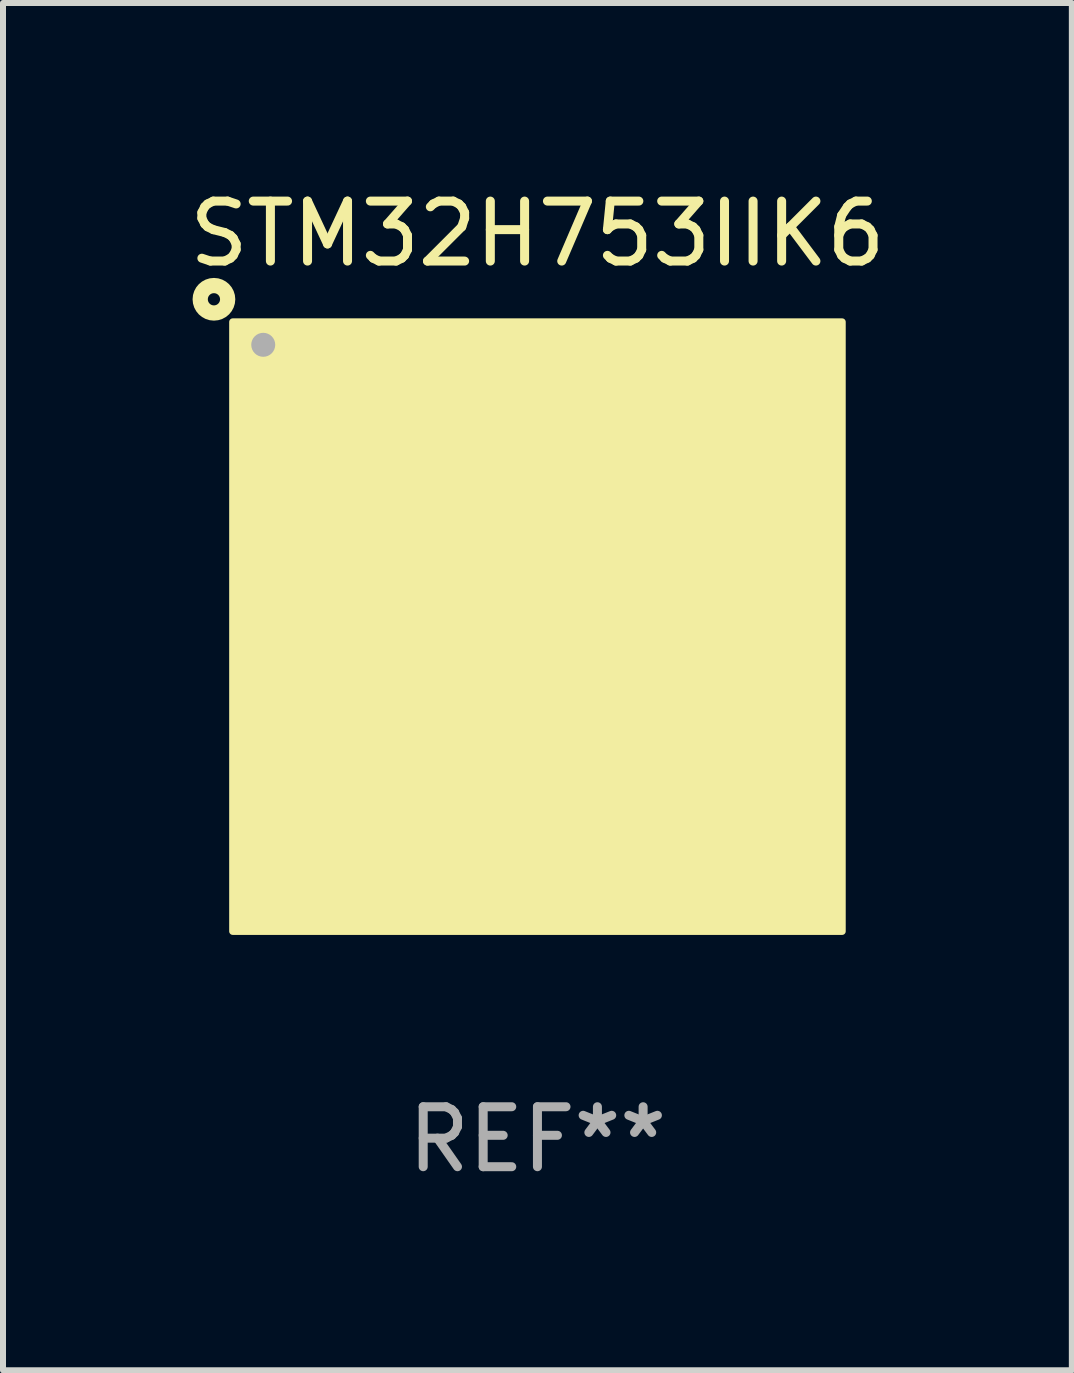
<source format=kicad_pcb>
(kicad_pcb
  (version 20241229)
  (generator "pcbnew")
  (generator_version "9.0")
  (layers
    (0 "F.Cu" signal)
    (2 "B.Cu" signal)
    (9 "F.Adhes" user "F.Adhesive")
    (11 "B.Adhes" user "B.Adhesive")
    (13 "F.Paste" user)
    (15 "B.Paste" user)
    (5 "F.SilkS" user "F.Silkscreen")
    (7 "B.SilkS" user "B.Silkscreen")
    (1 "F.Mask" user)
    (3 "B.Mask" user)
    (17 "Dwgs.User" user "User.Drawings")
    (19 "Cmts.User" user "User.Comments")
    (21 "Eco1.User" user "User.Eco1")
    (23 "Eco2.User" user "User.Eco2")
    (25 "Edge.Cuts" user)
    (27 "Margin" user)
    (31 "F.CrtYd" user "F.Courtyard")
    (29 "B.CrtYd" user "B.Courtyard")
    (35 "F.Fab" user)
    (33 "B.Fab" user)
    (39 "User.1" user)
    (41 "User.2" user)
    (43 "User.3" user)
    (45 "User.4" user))
  (footprint "STM32H753IIK6"
    (layer "F.Cu")
    (at 5.911 7.398)
    (property "Reference" "STM32H753IIK6" (at 0 -6.55 0) (layer "F.SilkS") (effects (font (size 1 1) (thickness 0.15))))
    (attr through_hole)
    (fp_circle (center -5.394 -5.458) (end -5.292 -5.458) (stroke (width 0.254) (type solid)) (fill no) (layer "F.SilkS"))
    (fp_circle (center -5 -5) (end -4.97 -5) (stroke (width 0.06) (type solid)) (fill no) (layer "F.SilkS"))
    (fp_poly (pts (xy -5.08 -5.08) (xy 5.08 -5.08) (xy 5.08 5.08) (xy -5.08 5.08)) (stroke (width 0.12) (type solid)) (fill yes) (layer "F.SilkS"))
    (fp_circle (center -4.572 -4.699) (end -4.472 -4.699) (stroke (width 0.2) (type solid)) (fill no) (layer "F.Fab"))
    (fp_text user "REF**" (at 0 8.55 0) (layer "F.Fab") (effects (font (size 1 1) (thickness 0.15))))
    (pad "A1" smd circle (at -4.55 -4.55) (size 0.3 0.3) (layers "F.Cu" "F.Mask" "F.Paste"))
    (pad "A2" smd circle (at -3.9 -4.55) (size 0.3 0.3) (layers "F.Cu" "F.Mask" "F.Paste"))
    (pad "A3" smd circle (at -3.25 -4.55) (size 0.3 0.3) (layers "F.Cu" "F.Mask" "F.Paste"))
    (pad "A4" smd circle (at -2.6 -4.55) (size 0.3 0.3) (layers "F.Cu" "F.Mask" "F.Paste"))
    (pad "A5" smd circle (at -1.95 -4.55) (size 0.3 0.3) (layers "F.Cu" "F.Mask" "F.Paste"))
    (pad "A6" smd circle (at -1.3 -4.55) (size 0.3 0.3) (layers "F.Cu" "F.Mask" "F.Paste"))
    (pad "A7" smd circle (at -0.65 -4.55) (size 0.3 0.3) (layers "F.Cu" "F.Mask" "F.Paste"))
    (pad "A8" smd circle (at -0.000127 -4.55) (size 0.3 0.3) (layers "F.Cu" "F.Mask" "F.Paste"))
    (pad "A9" smd circle (at 0.65 -4.55) (size 0.3 0.3) (layers "F.Cu" "F.Mask" "F.Paste"))
    (pad "A10" smd circle (at 1.3 -4.55) (size 0.3 0.3) (layers "F.Cu" "F.Mask" "F.Paste"))
    (pad "A11" smd circle (at 1.95 -4.55) (size 0.3 0.3) (layers "F.Cu" "F.Mask" "F.Paste"))
    (pad "A12" smd circle (at 2.6 -4.55) (size 0.3 0.3) (layers "F.Cu" "F.Mask" "F.Paste"))
    (pad "A13" smd circle (at 3.25 -4.55) (size 0.3 0.3) (layers "F.Cu" "F.Mask" "F.Paste"))
    (pad "A14" smd circle (at 3.9 -4.55) (size 0.3 0.3) (layers "F.Cu" "F.Mask" "F.Paste"))
    (pad "A15" smd circle (at 4.55 -4.55) (size 0.3 0.3) (layers "F.Cu" "F.Mask" "F.Paste"))
    (pad "B1" smd circle (at -4.55 -3.9) (size 0.3 0.3) (layers "F.Cu" "F.Mask" "F.Paste"))
    (pad "B2" smd circle (at -3.9 -3.9) (size 0.3 0.3) (layers "F.Cu" "F.Mask" "F.Paste"))
    (pad "B3" smd circle (at -3.25 -3.9) (size 0.3 0.3) (layers "F.Cu" "F.Mask" "F.Paste"))
    (pad "B4" smd circle (at -2.6 -3.9) (size 0.3 0.3) (layers "F.Cu" "F.Mask" "F.Paste"))
    (pad "B5" smd circle (at -1.95 -3.9) (size 0.3 0.3) (layers "F.Cu" "F.Mask" "F.Paste"))
    (pad "B6" smd circle (at -1.3 -3.9) (size 0.3 0.3) (layers "F.Cu" "F.Mask" "F.Paste"))
    (pad "B7" smd circle (at -0.65 -3.9) (size 0.3 0.3) (layers "F.Cu" "F.Mask" "F.Paste"))
    (pad "B8" smd circle (at 0.000127 -3.9) (size 0.3 0.3) (layers "F.Cu" "F.Mask" "F.Paste"))
    (pad "B9" smd circle (at 0.65 -3.9) (size 0.3 0.3) (layers "F.Cu" "F.Mask" "F.Paste"))
    (pad "B10" smd circle (at 1.3 -3.9) (size 0.3 0.3) (layers "F.Cu" "F.Mask" "F.Paste"))
    (pad "B11" smd circle (at 1.95 -3.9) (size 0.3 0.3) (layers "F.Cu" "F.Mask" "F.Paste"))
    (pad "B12" smd circle (at 2.6 -3.9) (size 0.3 0.3) (layers "F.Cu" "F.Mask" "F.Paste"))
    (pad "B13" smd circle (at 3.25 -3.9) (size 0.3 0.3) (layers "F.Cu" "F.Mask" "F.Paste"))
    (pad "B14" smd circle (at 3.9 -3.9) (size 0.3 0.3) (layers "F.Cu" "F.Mask" "F.Paste"))
    (pad "B15" smd circle (at 4.55 -3.9) (size 0.3 0.3) (layers "F.Cu" "F.Mask" "F.Paste"))
    (pad "C1" smd circle (at -4.55 -3.25) (size 0.3 0.3) (layers "F.Cu" "F.Mask" "F.Paste"))
    (pad "C2" smd circle (at -3.9 -3.25) (size 0.3 0.3) (layers "F.Cu" "F.Mask" "F.Paste"))
    (pad "C3" smd circle (at -3.25 -3.25) (size 0.3 0.3) (layers "F.Cu" "F.Mask" "F.Paste"))
    (pad "C4" smd circle (at -2.6 -3.25) (size 0.3 0.3) (layers "F.Cu" "F.Mask" "F.Paste"))
    (pad "C5" smd circle (at -1.95 -3.25) (size 0.3 0.3) (layers "F.Cu" "F.Mask" "F.Paste"))
    (pad "C6" smd circle (at -1.3 -3.25) (size 0.3 0.3) (layers "F.Cu" "F.Mask" "F.Paste"))
    (pad "C7" smd circle (at -0.65 -3.25) (size 0.3 0.3) (layers "F.Cu" "F.Mask" "F.Paste"))
    (pad "C8" smd circle (at 0.000127 -3.25) (size 0.3 0.3) (layers "F.Cu" "F.Mask" "F.Paste"))
    (pad "C9" smd circle (at 0.65 -3.25) (size 0.3 0.3) (layers "F.Cu" "F.Mask" "F.Paste"))
    (pad "C10" smd circle (at 1.3 -3.25) (size 0.3 0.3) (layers "F.Cu" "F.Mask" "F.Paste"))
    (pad "C11" smd circle (at 1.95 -3.25) (size 0.3 0.3) (layers "F.Cu" "F.Mask" "F.Paste"))
    (pad "C12" smd circle (at 2.6 -3.25) (size 0.3 0.3) (layers "F.Cu" "F.Mask" "F.Paste"))
    (pad "C13" smd circle (at 3.25 -3.25) (size 0.3 0.3) (layers "F.Cu" "F.Mask" "F.Paste"))
    (pad "C14" smd circle (at 3.9 -3.25) (size 0.3 0.3) (layers "F.Cu" "F.Mask" "F.Paste"))
    (pad "C15" smd circle (at 4.55 -3.25) (size 0.3 0.3) (layers "F.Cu" "F.Mask" "F.Paste"))
    (pad "D1" smd circle (at -4.55 -2.6) (size 0.3 0.3) (layers "F.Cu" "F.Mask" "F.Paste"))
    (pad "D2" smd circle (at -3.9 -2.6) (size 0.3 0.3) (layers "F.Cu" "F.Mask" "F.Paste"))
    (pad "D3" smd circle (at -3.25 -2.6) (size 0.3 0.3) (layers "F.Cu" "F.Mask" "F.Paste"))
    (pad "D4" smd circle (at -2.6 -2.6) (size 0.3 0.3) (layers "F.Cu" "F.Mask" "F.Paste"))
    (pad "D5" smd circle (at -1.95 -2.6) (size 0.3 0.3) (layers "F.Cu" "F.Mask" "F.Paste"))
    (pad "D6" smd circle (at -1.3 -2.6) (size 0.3 0.3) (layers "F.Cu" "F.Mask" "F.Paste"))
    (pad "D7" smd circle (at -0.65 -2.6) (size 0.3 0.3) (layers "F.Cu" "F.Mask" "F.Paste"))
    (pad "D8" smd circle (at -0.000127 -2.6) (size 0.3 0.3) (layers "F.Cu" "F.Mask" "F.Paste"))
    (pad "D9" smd circle (at 0.65 -2.6) (size 0.3 0.3) (layers "F.Cu" "F.Mask" "F.Paste"))
    (pad "D10" smd circle (at 1.3 -2.6) (size 0.3 0.3) (layers "F.Cu" "F.Mask" "F.Paste"))
    (pad "D11" smd circle (at 1.95 -2.6) (size 0.3 0.3) (layers "F.Cu" "F.Mask" "F.Paste"))
    (pad "D12" smd circle (at 2.6 -2.6) (size 0.3 0.3) (layers "F.Cu" "F.Mask" "F.Paste"))
    (pad "D13" smd circle (at 3.25 -2.6) (size 0.3 0.3) (layers "F.Cu" "F.Mask" "F.Paste"))
    (pad "D14" smd circle (at 3.9 -2.6) (size 0.3 0.3) (layers "F.Cu" "F.Mask" "F.Paste"))
    (pad "D15" smd circle (at 4.55 -2.6) (size 0.3 0.3) (layers "F.Cu" "F.Mask" "F.Paste"))
    (pad "E1" smd circle (at -4.55 -1.95) (size 0.3 0.3) (layers "F.Cu" "F.Mask" "F.Paste"))
    (pad "E2" smd circle (at -3.9 -1.95) (size 0.3 0.3) (layers "F.Cu" "F.Mask" "F.Paste"))
    (pad "E3" smd circle (at -3.25 -1.95) (size 0.3 0.3) (layers "F.Cu" "F.Mask" "F.Paste"))
    (pad "E4" smd circle (at -2.6 -1.95) (size 0.3 0.3) (layers "F.Cu" "F.Mask" "F.Paste"))
    (pad "E12" smd circle (at 2.6 -1.95) (size 0.3 0.3) (layers "F.Cu" "F.Mask" "F.Paste"))
    (pad "E13" smd circle (at 3.25 -1.95) (size 0.3 0.3) (layers "F.Cu" "F.Mask" "F.Paste"))
    (pad "E14" smd circle (at 3.9 -1.95) (size 0.3 0.3) (layers "F.Cu" "F.Mask" "F.Paste"))
    (pad "E15" smd circle (at 4.55 -1.95) (size 0.3 0.3) (layers "F.Cu" "F.Mask" "F.Paste"))
    (pad "F1" smd circle (at -4.55 -1.3) (size 0.3 0.3) (layers "F.Cu" "F.Mask" "F.Paste"))
    (pad "F2" smd circle (at -3.9 -1.3) (size 0.3 0.3) (layers "F.Cu" "F.Mask" "F.Paste"))
    (pad "F3" smd circle (at -3.25 -1.3) (size 0.3 0.3) (layers "F.Cu" "F.Mask" "F.Paste"))
    (pad "F4" smd circle (at -2.6 -1.3) (size 0.3 0.3) (layers "F.Cu" "F.Mask" "F.Paste"))
    (pad "F6" smd circle (at -1.3 -1.3) (size 0.3 0.3) (layers "F.Cu" "F.Mask" "F.Paste"))
    (pad "F7" smd circle (at -0.65 -1.3) (size 0.3 0.3) (layers "F.Cu" "F.Mask" "F.Paste"))
    (pad "F8" smd circle (at 0.000127 -1.3) (size 0.3 0.3) (layers "F.Cu" "F.Mask" "F.Paste"))
    (pad "F9" smd circle (at 0.65 -1.3) (size 0.3 0.3) (layers "F.Cu" "F.Mask" "F.Paste"))
    (pad "F10" smd circle (at 1.3 -1.3) (size 0.3 0.3) (layers "F.Cu" "F.Mask" "F.Paste"))
    (pad "F12" smd circle (at 2.6 -1.3) (size 0.3 0.3) (layers "F.Cu" "F.Mask" "F.Paste"))
    (pad "F13" smd circle (at 3.25 -1.3) (size 0.3 0.3) (layers "F.Cu" "F.Mask" "F.Paste"))
    (pad "F14" smd circle (at 3.9 -1.3) (size 0.3 0.3) (layers "F.Cu" "F.Mask" "F.Paste"))
    (pad "F15" smd circle (at 4.55 -1.3) (size 0.3 0.3) (layers "F.Cu" "F.Mask" "F.Paste"))
    (pad "G1" smd circle (at -4.55 -0.65) (size 0.3 0.3) (layers "F.Cu" "F.Mask" "F.Paste"))
    (pad "G2" smd circle (at -3.9 -0.65) (size 0.3 0.3) (layers "F.Cu" "F.Mask" "F.Paste"))
    (pad "G3" smd circle (at -3.25 -0.65) (size 0.3 0.3) (layers "F.Cu" "F.Mask" "F.Paste"))
    (pad "G4" smd circle (at -2.6 -0.65) (size 0.3 0.3) (layers "F.Cu" "F.Mask" "F.Paste"))
    (pad "G6" smd circle (at -1.3 -0.65) (size 0.3 0.3) (layers "F.Cu" "F.Mask" "F.Paste"))
    (pad "G7" smd circle (at -0.65 -0.65) (size 0.3 0.3) (layers "F.Cu" "F.Mask" "F.Paste"))
    (pad "G8" smd circle (at -0.000127 -0.65) (size 0.3 0.3) (layers "F.Cu" "F.Mask" "F.Paste"))
    (pad "G9" smd circle (at 0.65 -0.65) (size 0.3 0.3) (layers "F.Cu" "F.Mask" "F.Paste"))
    (pad "G10" smd circle (at 1.3 -0.65) (size 0.3 0.3) (layers "F.Cu" "F.Mask" "F.Paste"))
    (pad "G12" smd circle (at 2.6 -0.65) (size 0.3 0.3) (layers "F.Cu" "F.Mask" "F.Paste"))
    (pad "G13" smd circle (at 3.25 -0.65) (size 0.3 0.3) (layers "F.Cu" "F.Mask" "F.Paste"))
    (pad "G14" smd circle (at 3.9 -0.65) (size 0.3 0.3) (layers "F.Cu" "F.Mask" "F.Paste"))
    (pad "G15" smd circle (at 4.55 -0.65) (size 0.3 0.3) (layers "F.Cu" "F.Mask" "F.Paste"))
    (pad "H1" smd circle (at -4.55 -0.000127) (size 0.3 0.3) (layers "F.Cu" "F.Mask" "F.Paste"))
    (pad "H2" smd circle (at -3.9 -0.000127) (size 0.3 0.3) (layers "F.Cu" "F.Mask" "F.Paste"))
    (pad "H3" smd circle (at -3.25 -0.000127) (size 0.3 0.3) (layers "F.Cu" "F.Mask" "F.Paste"))
    (pad "H4" smd circle (at -2.6 -0.000127) (size 0.3 0.3) (layers "F.Cu" "F.Mask" "F.Paste"))
    (pad "H6" smd circle (at -1.3 -0.000127) (size 0.3 0.3) (layers "F.Cu" "F.Mask" "F.Paste"))
    (pad "H7" smd circle (at -0.65 -0.000127) (size 0.3 0.3) (layers "F.Cu" "F.Mask" "F.Paste"))
    (pad "H8" smd circle (at -0.000127 -0.000127) (size 0.3 0.3) (layers "F.Cu" "F.Mask" "F.Paste"))
    (pad "H9" smd circle (at 0.65 -0.000127) (size 0.3 0.3) (layers "F.Cu" "F.Mask" "F.Paste"))
    (pad "H10" smd circle (at 1.3 -0.000127) (size 0.3 0.3) (layers "F.Cu" "F.Mask" "F.Paste"))
    (pad "H12" smd circle (at 2.6 -0.000127) (size 0.3 0.3) (layers "F.Cu" "F.Mask" "F.Paste"))
    (pad "H13" smd circle (at 3.25 -0.000127) (size 0.3 0.3) (layers "F.Cu" "F.Mask" "F.Paste"))
    (pad "H14" smd circle (at 3.9 -0.000127) (size 0.3 0.3) (layers "F.Cu" "F.Mask" "F.Paste"))
    (pad "H15" smd circle (at 4.55 -0.000127) (size 0.3 0.3) (layers "F.Cu" "F.Mask" "F.Paste"))
    (pad "J1" smd circle (at -4.55 0.65) (size 0.3 0.3) (layers "F.Cu" "F.Mask" "F.Paste"))
    (pad "J2" smd circle (at -3.9 0.65) (size 0.3 0.3) (layers "F.Cu" "F.Mask" "F.Paste"))
    (pad "J3" smd circle (at -3.25 0.65) (size 0.3 0.3) (layers "F.Cu" "F.Mask" "F.Paste"))
    (pad "J4" smd circle (at -2.6 0.65) (size 0.3 0.3) (layers "F.Cu" "F.Mask" "F.Paste"))
    (pad "J6" smd circle (at -1.3 0.65) (size 0.3 0.3) (layers "F.Cu" "F.Mask" "F.Paste"))
    (pad "J7" smd circle (at -0.65 0.65) (size 0.3 0.3) (layers "F.Cu" "F.Mask" "F.Paste"))
    (pad "J8" smd circle (at -0.000127 0.65) (size 0.3 0.3) (layers "F.Cu" "F.Mask" "F.Paste"))
    (pad "J9" smd circle (at 0.65 0.65) (size 0.3 0.3) (layers "F.Cu" "F.Mask" "F.Paste"))
    (pad "J10" smd circle (at 1.3 0.65) (size 0.3 0.3) (layers "F.Cu" "F.Mask" "F.Paste"))
    (pad "J12" smd circle (at 2.6 0.65) (size 0.3 0.3) (layers "F.Cu" "F.Mask" "F.Paste"))
    (pad "J13" smd circle (at 3.25 0.65) (size 0.3 0.3) (layers "F.Cu" "F.Mask" "F.Paste"))
    (pad "J14" smd circle (at 3.9 0.65) (size 0.3 0.3) (layers "F.Cu" "F.Mask" "F.Paste"))
    (pad "J15" smd circle (at 4.55 0.65) (size 0.3 0.3) (layers "F.Cu" "F.Mask" "F.Paste"))
    (pad "K1" smd circle (at -4.55 1.3) (size 0.3 0.3) (layers "F.Cu" "F.Mask" "F.Paste"))
    (pad "K2" smd circle (at -3.9 1.3) (size 0.3 0.3) (layers "F.Cu" "F.Mask" "F.Paste"))
    (pad "K3" smd circle (at -3.25 1.3) (size 0.3 0.3) (layers "F.Cu" "F.Mask" "F.Paste"))
    (pad "K4" smd circle (at -2.6 1.3) (size 0.3 0.3) (layers "F.Cu" "F.Mask" "F.Paste"))
    (pad "K6" smd circle (at -1.3 1.3) (size 0.3 0.3) (layers "F.Cu" "F.Mask" "F.Paste"))
    (pad "K7" smd circle (at -0.65 1.3) (size 0.3 0.3) (layers "F.Cu" "F.Mask" "F.Paste"))
    (pad "K8" smd circle (at 0.000127 1.3) (size 0.3 0.3) (layers "F.Cu" "F.Mask" "F.Paste"))
    (pad "K9" smd circle (at 0.65 1.3) (size 0.3 0.3) (layers "F.Cu" "F.Mask" "F.Paste"))
    (pad "K10" smd circle (at 1.3 1.3) (size 0.3 0.3) (layers "F.Cu" "F.Mask" "F.Paste"))
    (pad "K12" smd circle (at 2.6 1.3) (size 0.3 0.3) (layers "F.Cu" "F.Mask" "F.Paste"))
    (pad "K13" smd circle (at 3.25 1.3) (size 0.3 0.3) (layers "F.Cu" "F.Mask" "F.Paste"))
    (pad "K14" smd circle (at 3.9 1.3) (size 0.3 0.3) (layers "F.Cu" "F.Mask" "F.Paste"))
    (pad "K15" smd circle (at 4.55 1.3) (size 0.3 0.3) (layers "F.Cu" "F.Mask" "F.Paste"))
    (pad "L1" smd circle (at -4.55 1.95) (size 0.3 0.3) (layers "F.Cu" "F.Mask" "F.Paste"))
    (pad "L2" smd circle (at -3.9 1.95) (size 0.3 0.3) (layers "F.Cu" "F.Mask" "F.Paste"))
    (pad "L3" smd circle (at -3.25 1.95) (size 0.3 0.3) (layers "F.Cu" "F.Mask" "F.Paste"))
    (pad "L4" smd circle (at -2.6 1.95) (size 0.3 0.3) (layers "F.Cu" "F.Mask" "F.Paste"))
    (pad "L12" smd circle (at 2.6 1.95) (size 0.3 0.3) (layers "F.Cu" "F.Mask" "F.Paste"))
    (pad "L13" smd circle (at 3.25 1.95) (size 0.3 0.3) (layers "F.Cu" "F.Mask" "F.Paste"))
    (pad "L14" smd circle (at 3.9 1.95) (size 0.3 0.3) (layers "F.Cu" "F.Mask" "F.Paste"))
    (pad "L15" smd circle (at 4.55 1.95) (size 0.3 0.3) (layers "F.Cu" "F.Mask" "F.Paste"))
    (pad "M1" smd circle (at -4.55 2.6) (size 0.3 0.3) (layers "F.Cu" "F.Mask" "F.Paste"))
    (pad "M2" smd circle (at -3.9 2.6) (size 0.3 0.3) (layers "F.Cu" "F.Mask" "F.Paste"))
    (pad "M3" smd circle (at -3.25 2.6) (size 0.3 0.3) (layers "F.Cu" "F.Mask" "F.Paste"))
    (pad "M4" smd circle (at -2.6 2.6) (size 0.3 0.3) (layers "F.Cu" "F.Mask" "F.Paste"))
    (pad "M5" smd circle (at -1.95 2.6) (size 0.3 0.3) (layers "F.Cu" "F.Mask" "F.Paste"))
    (pad "M6" smd circle (at -1.3 2.6) (size 0.3 0.3) (layers "F.Cu" "F.Mask" "F.Paste"))
    (pad "M7" smd circle (at -0.65 2.6) (size 0.3 0.3) (layers "F.Cu" "F.Mask" "F.Paste"))
    (pad "M8" smd circle (at -0.000127 2.6) (size 0.3 0.3) (layers "F.Cu" "F.Mask" "F.Paste"))
    (pad "M9" smd circle (at 0.65 2.6) (size 0.3 0.3) (layers "F.Cu" "F.Mask" "F.Paste"))
    (pad "M10" smd circle (at 1.3 2.6) (size 0.3 0.3) (layers "F.Cu" "F.Mask" "F.Paste"))
    (pad "M11" smd circle (at 1.95 2.6) (size 0.3 0.3) (layers "F.Cu" "F.Mask" "F.Paste"))
    (pad "M12" smd circle (at 2.6 2.6) (size 0.3 0.3) (layers "F.Cu" "F.Mask" "F.Paste"))
    (pad "M13" smd circle (at 3.25 2.6) (size 0.3 0.3) (layers "F.Cu" "F.Mask" "F.Paste"))
    (pad "M14" smd circle (at 3.9 2.6) (size 0.3 0.3) (layers "F.Cu" "F.Mask" "F.Paste"))
    (pad "M15" smd circle (at 4.55 2.6) (size 0.3 0.3) (layers "F.Cu" "F.Mask" "F.Paste"))
    (pad "N1" smd circle (at -4.55 3.25) (size 0.3 0.3) (layers "F.Cu" "F.Mask" "F.Paste"))
    (pad "N2" smd circle (at -3.9 3.25) (size 0.3 0.3) (layers "F.Cu" "F.Mask" "F.Paste"))
    (pad "N3" smd circle (at -3.25 3.25) (size 0.3 0.3) (layers "F.Cu" "F.Mask" "F.Paste"))
    (pad "N4" smd circle (at -2.6 3.25) (size 0.3 0.3) (layers "F.Cu" "F.Mask" "F.Paste"))
    (pad "N5" smd circle (at -1.95 3.25) (size 0.3 0.3) (layers "F.Cu" "F.Mask" "F.Paste"))
    (pad "N6" smd circle (at -1.3 3.25) (size 0.3 0.3) (layers "F.Cu" "F.Mask" "F.Paste"))
    (pad "N7" smd circle (at -0.65 3.25) (size 0.3 0.3) (layers "F.Cu" "F.Mask" "F.Paste"))
    (pad "N8" smd circle (at -0.000127 3.25) (size 0.3 0.3) (layers "F.Cu" "F.Mask" "F.Paste"))
    (pad "N9" smd circle (at 0.65 3.25) (size 0.3 0.3) (layers "F.Cu" "F.Mask" "F.Paste"))
    (pad "N10" smd circle (at 1.3 3.25) (size 0.3 0.3) (layers "F.Cu" "F.Mask" "F.Paste"))
    (pad "N11" smd circle (at 1.95 3.25) (size 0.3 0.3) (layers "F.Cu" "F.Mask" "F.Paste"))
    (pad "N12" smd circle (at 2.6 3.25) (size 0.3 0.3) (layers "F.Cu" "F.Mask" "F.Paste"))
    (pad "N13" smd circle (at 3.25 3.25) (size 0.3 0.3) (layers "F.Cu" "F.Mask" "F.Paste"))
    (pad "N14" smd circle (at 3.9 3.25) (size 0.3 0.3) (layers "F.Cu" "F.Mask" "F.Paste"))
    (pad "N15" smd circle (at 4.55 3.25) (size 0.3 0.3) (layers "F.Cu" "F.Mask" "F.Paste"))
    (pad "P1" smd circle (at -4.55 3.9) (size 0.3 0.3) (layers "F.Cu" "F.Mask" "F.Paste"))
    (pad "P2" smd circle (at -3.9 3.9) (size 0.3 0.3) (layers "F.Cu" "F.Mask" "F.Paste"))
    (pad "P3" smd circle (at -3.25 3.9) (size 0.3 0.3) (layers "F.Cu" "F.Mask" "F.Paste"))
    (pad "P4" smd circle (at -2.6 3.9) (size 0.3 0.3) (layers "F.Cu" "F.Mask" "F.Paste"))
    (pad "P5" smd circle (at -1.95 3.9) (size 0.3 0.3) (layers "F.Cu" "F.Mask" "F.Paste"))
    (pad "P6" smd circle (at -1.3 3.9) (size 0.3 0.3) (layers "F.Cu" "F.Mask" "F.Paste"))
    (pad "P7" smd circle (at -0.65 3.9) (size 0.3 0.3) (layers "F.Cu" "F.Mask" "F.Paste"))
    (pad "P8" smd circle (at 0.000127 3.9) (size 0.3 0.3) (layers "F.Cu" "F.Mask" "F.Paste"))
    (pad "P9" smd circle (at 0.65 3.9) (size 0.3 0.3) (layers "F.Cu" "F.Mask" "F.Paste"))
    (pad "P10" smd circle (at 1.3 3.9) (size 0.3 0.3) (layers "F.Cu" "F.Mask" "F.Paste"))
    (pad "P11" smd circle (at 1.95 3.9) (size 0.3 0.3) (layers "F.Cu" "F.Mask" "F.Paste"))
    (pad "P12" smd circle (at 2.6 3.9) (size 0.3 0.3) (layers "F.Cu" "F.Mask" "F.Paste"))
    (pad "P13" smd circle (at 3.25 3.9) (size 0.3 0.3) (layers "F.Cu" "F.Mask" "F.Paste"))
    (pad "P14" smd circle (at 3.9 3.9) (size 0.3 0.3) (layers "F.Cu" "F.Mask" "F.Paste"))
    (pad "P15" smd circle (at 4.55 3.9) (size 0.3 0.3) (layers "F.Cu" "F.Mask" "F.Paste"))
    (pad "R1" smd circle (at -4.55 4.55) (size 0.3 0.3) (layers "F.Cu" "F.Mask" "F.Paste"))
    (pad "R2" smd circle (at -3.9 4.55) (size 0.3 0.3) (layers "F.Cu" "F.Mask" "F.Paste"))
    (pad "R3" smd circle (at -3.25 4.55) (size 0.3 0.3) (layers "F.Cu" "F.Mask" "F.Paste"))
    (pad "R4" smd circle (at -2.6 4.55) (size 0.3 0.3) (layers "F.Cu" "F.Mask" "F.Paste"))
    (pad "R5" smd circle (at -1.95 4.55) (size 0.3 0.3) (layers "F.Cu" "F.Mask" "F.Paste"))
    (pad "R6" smd circle (at -1.3 4.55) (size 0.3 0.3) (layers "F.Cu" "F.Mask" "F.Paste"))
    (pad "R7" smd circle (at -0.65 4.55) (size 0.3 0.3) (layers "F.Cu" "F.Mask" "F.Paste"))
    (pad "R8" smd circle (at -0.000127 4.55) (size 0.3 0.3) (layers "F.Cu" "F.Mask" "F.Paste"))
    (pad "R9" smd circle (at 0.65 4.55) (size 0.3 0.3) (layers "F.Cu" "F.Mask" "F.Paste"))
    (pad "R10" smd circle (at 1.3 4.55) (size 0.3 0.3) (layers "F.Cu" "F.Mask" "F.Paste"))
    (pad "R11" smd circle (at 1.95 4.55) (size 0.3 0.3) (layers "F.Cu" "F.Mask" "F.Paste"))
    (pad "R12" smd circle (at 2.6 4.55) (size 0.3 0.3) (layers "F.Cu" "F.Mask" "F.Paste"))
    (pad "R13" smd circle (at 3.25 4.55) (size 0.3 0.3) (layers "F.Cu" "F.Mask" "F.Paste"))
    (pad "R14" smd circle (at 3.9 4.55) (size 0.3 0.3) (layers "F.Cu" "F.Mask" "F.Paste"))
    (pad "R15" smd circle (at 4.55 4.55) (size 0.3 0.3) (layers "F.Cu" "F.Mask" "F.Paste")))
  (gr_rect
    (start -3 -3)
    (end 14.821 19.797)
    (stroke (width 0.1) (type default))
    (fill no)
    (layer "Edge.Cuts")))
</source>
